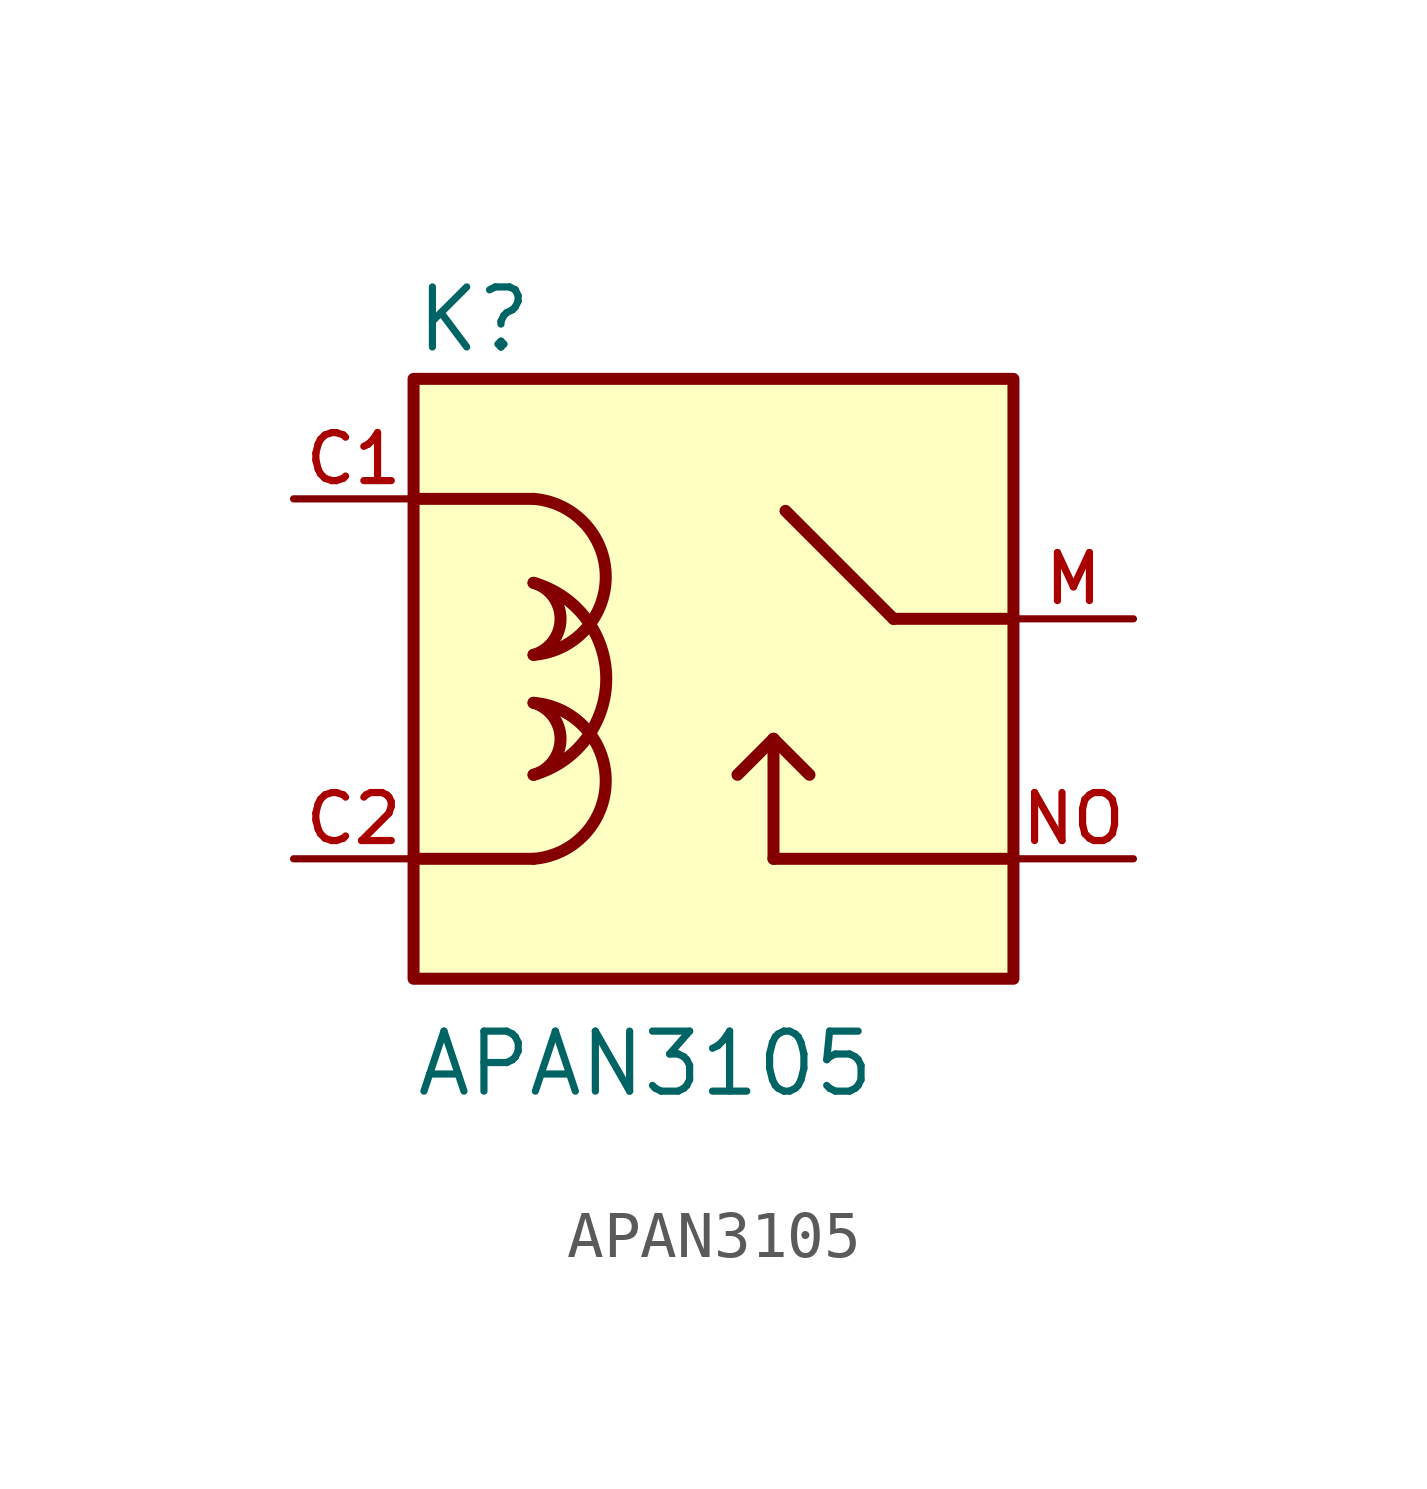
<source format=kicad_sym>
(kicad_symbol_lib
  (version 20211014)
  (generator kicad_symbol_editor)
  (symbol "APAN3105"
    (pin_names
      (offset 1.016))
    (property "Reference" "K"
      (at -5.083 8.133 0)
      (effects (font (size 1.27 1.27)) (justify bottom left)))
    (property "Value" "APAN3105"
      (at -5.081 -7.622 0)
      (effects (font (size 1.27 1.27)) (justify bottom left)))
    (symbol "APAN3105_0_0"
      (arc (start -2.54 5.08) (mid -1.0112 3.4405) (end -2.54 1.778) (stroke (width 0.254) (type default) (color 0 0 0 0)) (fill (type none)))
      (arc (start -2.54 1.778) (mid -3.5561 2.5437) (end -2.54 3.302) (stroke (width 0.254) (type default) (color 0 0 0 0)) (fill (type none)))
      (arc (start -2.54 3.302) (mid -1.0007 1.2593) (end -2.54 -0.762) (stroke (width 0.254) (type default) (color 0 0 0 0)) (fill (type none)))
      (arc (start -2.54 -0.762) (mid -3.5561 0.0037) (end -2.54 0.762) (stroke (width 0.254) (type default) (color 0 0 0 0)) (fill (type none)))
      (polyline (pts (xy 7.62 -2.54) (xy 2.54 -2.54)) (stroke (width 0.254)))
      (polyline (pts (xy 2.54 -2.54) (xy 2.54 0.0)) (stroke (width 0.254)))
      (polyline (pts (xy 7.62 2.54) (xy 5.08 2.54)) (stroke (width 0.254)))
      (polyline (pts (xy 5.08 2.54) (xy 2.794 4.826)) (stroke (width 0.254)))
      (polyline (pts (xy 2.54 0.0) (xy 3.302 -0.762)) (stroke (width 0.254)))
      (polyline (pts (xy 2.54 0.0) (xy 1.778 -0.762)) (stroke (width 0.254)))
      (polyline (pts (xy -5.08 5.08) (xy -2.54 5.08)) (stroke (width 0.254)))
      (polyline (pts (xy -5.08 -2.54) (xy -2.54 -2.54)) (stroke (width 0.254)))
      (arc (start -2.54 0.762) (mid -1.0112 -0.8775) (end -2.54 -2.54) (stroke (width 0.254) (type default) (color 0 0 0 0)) (fill (type none)))
      (rectangle (start -5.08 -5.08) (end 7.62 7.62) (stroke (width 0.254)) (fill (type background)))
      (pin passive line (at -7.62 5.08 0) (length 2.54) (name "~" (effects (font (size 1.016 1.016)))) (number "C1" (effects (font (size 1.016 1.016)))))
      (pin passive line (at -7.62 -2.54 0) (length 2.54) (name "~" (effects (font (size 1.016 1.016)))) (number "C2" (effects (font (size 1.016 1.016)))))
      (pin passive line (at 10.16 2.54 180.0) (length 2.54) (name "~" (effects (font (size 1.016 1.016)))) (number "M" (effects (font (size 1.016 1.016)))))
      (pin passive line (at 10.16 -2.54 180.0) (length 2.54) (name "~" (effects (font (size 1.016 1.016)))) (number "NO" (effects (font (size 1.016 1.016))))))))
</source>
